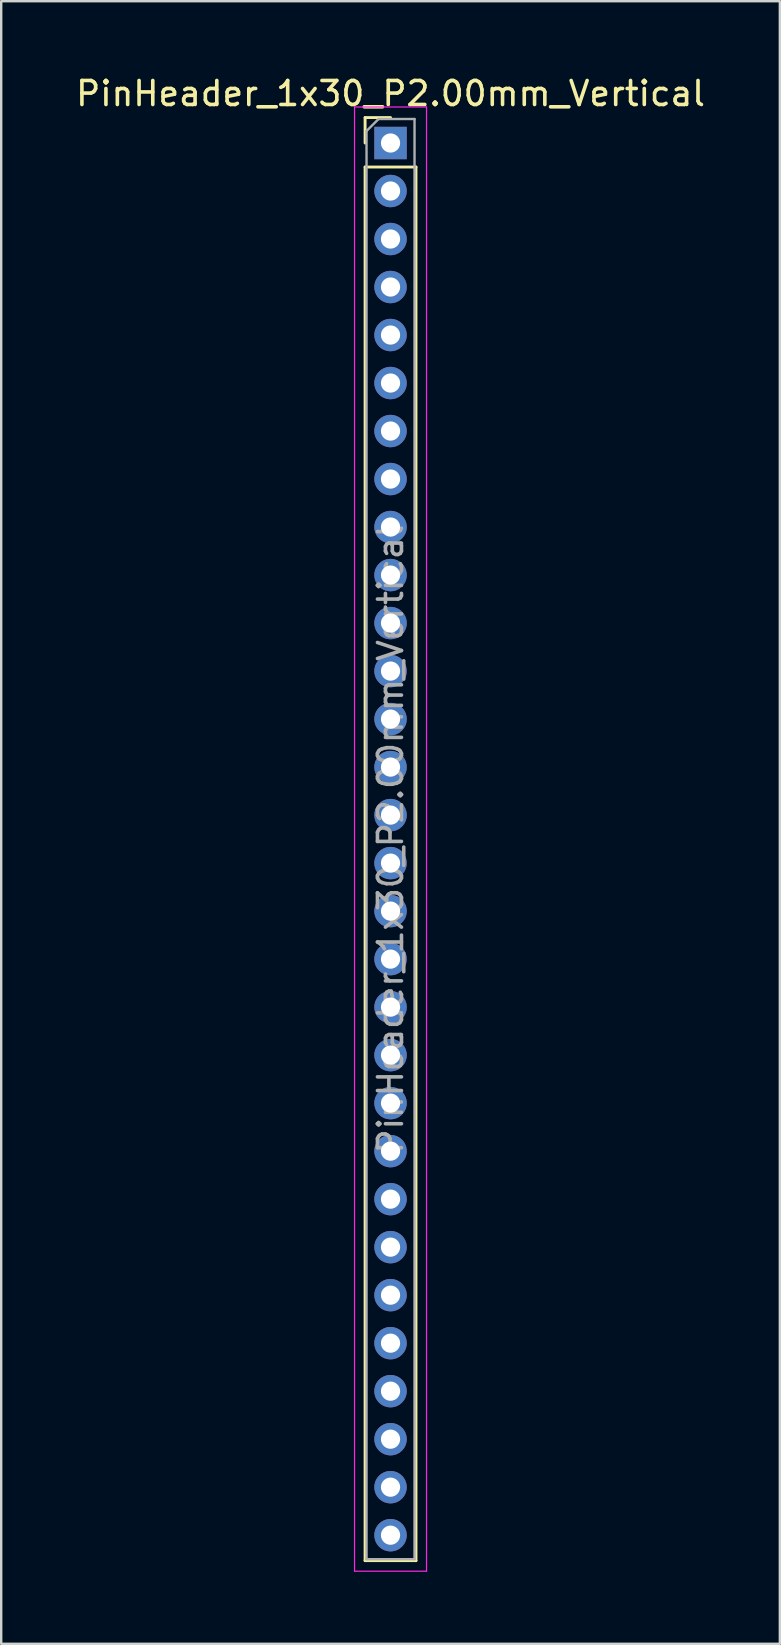
<source format=kicad_pcb>
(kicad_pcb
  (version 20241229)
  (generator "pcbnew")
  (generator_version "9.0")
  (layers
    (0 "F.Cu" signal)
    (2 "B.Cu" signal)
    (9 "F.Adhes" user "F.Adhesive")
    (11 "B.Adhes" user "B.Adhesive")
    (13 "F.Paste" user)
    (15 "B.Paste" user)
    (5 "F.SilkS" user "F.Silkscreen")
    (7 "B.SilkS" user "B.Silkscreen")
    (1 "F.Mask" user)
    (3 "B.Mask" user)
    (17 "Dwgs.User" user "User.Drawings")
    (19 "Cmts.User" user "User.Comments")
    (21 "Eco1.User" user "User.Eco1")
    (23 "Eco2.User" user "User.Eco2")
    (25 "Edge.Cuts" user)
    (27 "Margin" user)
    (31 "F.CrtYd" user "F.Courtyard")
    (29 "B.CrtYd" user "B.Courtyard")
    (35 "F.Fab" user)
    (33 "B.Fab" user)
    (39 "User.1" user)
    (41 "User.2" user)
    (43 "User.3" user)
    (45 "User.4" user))
  (footprint "PinHeader_1x30_P2.00mm_Vertical"
    (layer "F.Cu")
    (at 13.22 2.908)
    (property "Reference" "PinHeader_1x30_P2.00mm_Vertical" (at 0 -2.06 0) (layer "F.SilkS") (effects (font (size 1 1) (thickness 0.15))))
    (attr through_hole)
    (fp_line (start -1.06 -1.06) (end 0 -1.06) (stroke (width 0.12) (type solid)) (layer "F.SilkS"))
    (fp_line (start -1.06 0) (end -1.06 -1.06) (stroke (width 0.12) (type solid)) (layer "F.SilkS"))
    (fp_line (start -1.06 1) (end -1.06 59.06) (stroke (width 0.12) (type solid)) (layer "F.SilkS"))
    (fp_line (start -1.06 1) (end 1.06 1) (stroke (width 0.12) (type solid)) (layer "F.SilkS"))
    (fp_line (start -1.06 59.06) (end 1.06 59.06) (stroke (width 0.12) (type solid)) (layer "F.SilkS"))
    (fp_line (start 1.06 1) (end 1.06 59.06) (stroke (width 0.12) (type solid)) (layer "F.SilkS"))
    (fp_line (start -1.5 -1.5) (end -1.5 59.5) (stroke (width 0.05) (type solid)) (layer "F.CrtYd"))
    (fp_line (start -1.5 59.5) (end 1.5 59.5) (stroke (width 0.05) (type solid)) (layer "F.CrtYd"))
    (fp_line (start 1.5 -1.5) (end -1.5 -1.5) (stroke (width 0.05) (type solid)) (layer "F.CrtYd"))
    (fp_line (start 1.5 59.5) (end 1.5 -1.5) (stroke (width 0.05) (type solid)) (layer "F.CrtYd"))
    (fp_line (start -1 -0.5) (end -0.5 -1) (stroke (width 0.1) (type solid)) (layer "F.Fab"))
    (fp_line (start -1 59) (end -1 -0.5) (stroke (width 0.1) (type solid)) (layer "F.Fab"))
    (fp_line (start -0.5 -1) (end 1 -1) (stroke (width 0.1) (type solid)) (layer "F.Fab"))
    (fp_line (start 1 -1) (end 1 59) (stroke (width 0.1) (type solid)) (layer "F.Fab"))
    (fp_line (start 1 59) (end -1 59) (stroke (width 0.1) (type solid)) (layer "F.Fab"))
    (fp_text user "${REFERENCE}" (at 0 29 90) (layer "F.Fab") (effects (font (size 1 1) (thickness 0.15))))
    (pad "1" thru_hole rect (at 0 0) (size 1.35 1.35) (drill 0.8) (layers "*.Cu" "*.Mask"))
    (pad "2" thru_hole oval (at 0 2) (size 1.35 1.35) (drill 0.8) (layers "*.Cu" "*.Mask"))
    (pad "3" thru_hole oval (at 0 4) (size 1.35 1.35) (drill 0.8) (layers "*.Cu" "*.Mask"))
    (pad "4" thru_hole oval (at 0 6) (size 1.35 1.35) (drill 0.8) (layers "*.Cu" "*.Mask"))
    (pad "5" thru_hole oval (at 0 8) (size 1.35 1.35) (drill 0.8) (layers "*.Cu" "*.Mask"))
    (pad "6" thru_hole oval (at 0 10) (size 1.35 1.35) (drill 0.8) (layers "*.Cu" "*.Mask"))
    (pad "7" thru_hole oval (at 0 12) (size 1.35 1.35) (drill 0.8) (layers "*.Cu" "*.Mask"))
    (pad "8" thru_hole oval (at 0 14) (size 1.35 1.35) (drill 0.8) (layers "*.Cu" "*.Mask"))
    (pad "9" thru_hole oval (at 0 16) (size 1.35 1.35) (drill 0.8) (layers "*.Cu" "*.Mask"))
    (pad "10" thru_hole oval (at 0 18) (size 1.35 1.35) (drill 0.8) (layers "*.Cu" "*.Mask"))
    (pad "11" thru_hole oval (at 0 20) (size 1.35 1.35) (drill 0.8) (layers "*.Cu" "*.Mask"))
    (pad "12" thru_hole oval (at 0 22) (size 1.35 1.35) (drill 0.8) (layers "*.Cu" "*.Mask"))
    (pad "13" thru_hole oval (at 0 24) (size 1.35 1.35) (drill 0.8) (layers "*.Cu" "*.Mask"))
    (pad "14" thru_hole oval (at 0 26) (size 1.35 1.35) (drill 0.8) (layers "*.Cu" "*.Mask"))
    (pad "15" thru_hole oval (at 0 28) (size 1.35 1.35) (drill 0.8) (layers "*.Cu" "*.Mask"))
    (pad "16" thru_hole oval (at 0 30) (size 1.35 1.35) (drill 0.8) (layers "*.Cu" "*.Mask"))
    (pad "17" thru_hole oval (at 0 32) (size 1.35 1.35) (drill 0.8) (layers "*.Cu" "*.Mask"))
    (pad "18" thru_hole oval (at 0 34) (size 1.35 1.35) (drill 0.8) (layers "*.Cu" "*.Mask"))
    (pad "19" thru_hole oval (at 0 36) (size 1.35 1.35) (drill 0.8) (layers "*.Cu" "*.Mask"))
    (pad "20" thru_hole oval (at 0 38) (size 1.35 1.35) (drill 0.8) (layers "*.Cu" "*.Mask"))
    (pad "21" thru_hole oval (at 0 40) (size 1.35 1.35) (drill 0.8) (layers "*.Cu" "*.Mask"))
    (pad "22" thru_hole oval (at 0 42) (size 1.35 1.35) (drill 0.8) (layers "*.Cu" "*.Mask"))
    (pad "23" thru_hole oval (at 0 44) (size 1.35 1.35) (drill 0.8) (layers "*.Cu" "*.Mask"))
    (pad "24" thru_hole oval (at 0 46) (size 1.35 1.35) (drill 0.8) (layers "*.Cu" "*.Mask"))
    (pad "25" thru_hole oval (at 0 48) (size 1.35 1.35) (drill 0.8) (layers "*.Cu" "*.Mask"))
    (pad "26" thru_hole oval (at 0 50) (size 1.35 1.35) (drill 0.8) (layers "*.Cu" "*.Mask"))
    (pad "27" thru_hole oval (at 0 52) (size 1.35 1.35) (drill 0.8) (layers "*.Cu" "*.Mask"))
    (pad "28" thru_hole oval (at 0 54) (size 1.35 1.35) (drill 0.8) (layers "*.Cu" "*.Mask"))
    (pad "29" thru_hole oval (at 0 56) (size 1.35 1.35) (drill 0.8) (layers "*.Cu" "*.Mask"))
    (pad "30" thru_hole oval (at 0 58) (size 1.35 1.35) (drill 0.8) (layers "*.Cu" "*.Mask")))
  (gr_rect
    (start -3 -3)
    (end 29.44 65.433)
    (stroke (width 0.1) (type default))
    (fill no)
    (layer "Edge.Cuts")))
</source>
